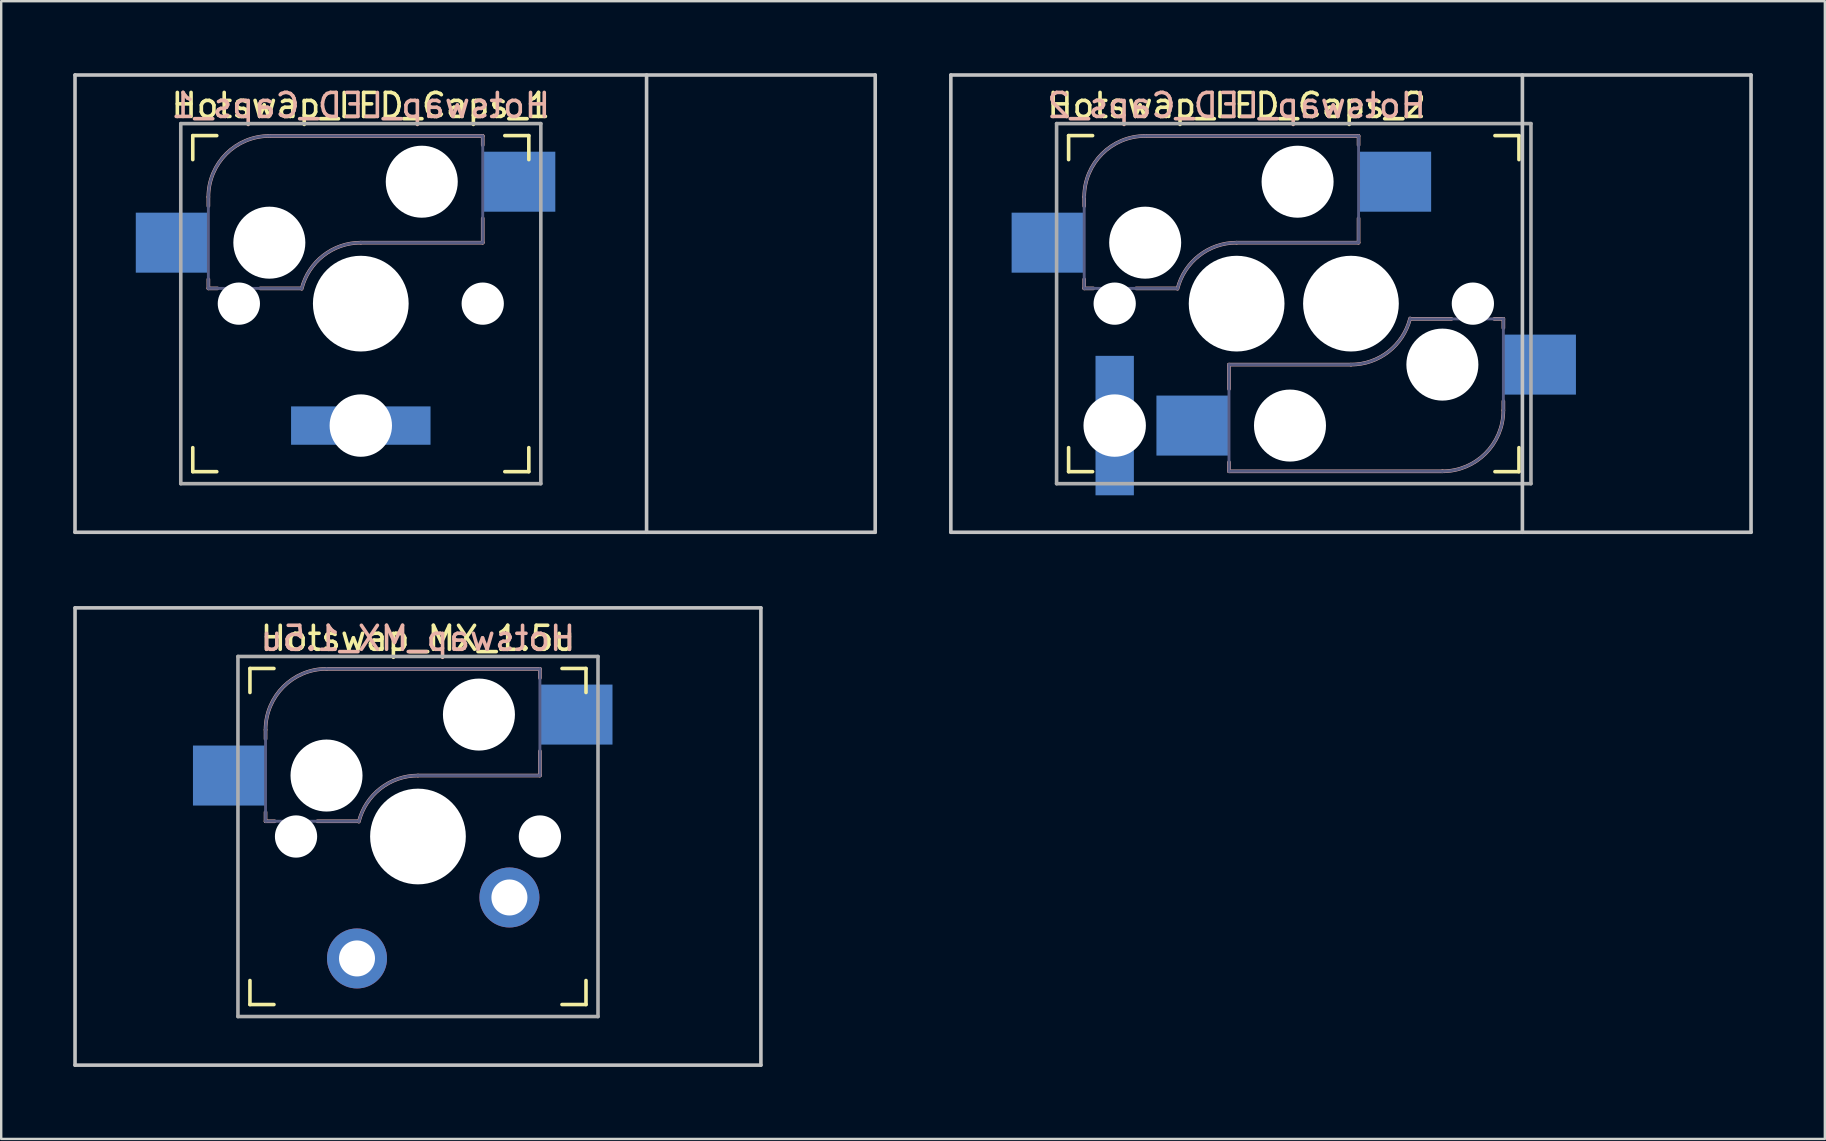
<source format=kicad_pcb>
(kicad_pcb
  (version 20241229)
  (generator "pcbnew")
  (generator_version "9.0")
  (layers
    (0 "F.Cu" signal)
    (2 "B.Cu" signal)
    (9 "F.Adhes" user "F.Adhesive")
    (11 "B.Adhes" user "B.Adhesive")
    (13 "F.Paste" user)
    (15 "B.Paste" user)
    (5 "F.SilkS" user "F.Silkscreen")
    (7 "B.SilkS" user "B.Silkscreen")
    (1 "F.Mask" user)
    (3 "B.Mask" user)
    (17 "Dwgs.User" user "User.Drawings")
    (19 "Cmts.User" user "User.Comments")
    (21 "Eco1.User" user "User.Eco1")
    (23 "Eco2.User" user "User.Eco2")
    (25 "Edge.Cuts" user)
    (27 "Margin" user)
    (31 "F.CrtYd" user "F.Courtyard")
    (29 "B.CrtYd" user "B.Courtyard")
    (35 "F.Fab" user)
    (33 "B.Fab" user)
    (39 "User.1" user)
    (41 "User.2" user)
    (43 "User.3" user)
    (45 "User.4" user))
  (footprint "Hotswap_LED_Caps_1"
    (layer "F.Cu")
    (at 11.981 9.6)
    (property "Reference" "Hotswap_LED_Caps_1" (at 0 -8.255 0) (layer "F.SilkS") (effects (font (size 1 1) (thickness 0.15))))
    (attr through_hole)
    (fp_line (start -7 -6) (end -7 -7) (stroke (width 0.15) (type solid)) (layer "F.SilkS"))
    (fp_line (start -7 7) (end -7 6) (stroke (width 0.15) (type solid)) (layer "F.SilkS"))
    (fp_line (start -7 7) (end -6 7) (stroke (width 0.15) (type solid)) (layer "F.SilkS"))
    (fp_line (start -6 -7) (end -7 -7) (stroke (width 0.15) (type solid)) (layer "F.SilkS"))
    (fp_line (start 6 7) (end 7 7) (stroke (width 0.15) (type solid)) (layer "F.SilkS"))
    (fp_line (start 7 -7) (end 6 -7) (stroke (width 0.15) (type solid)) (layer "F.SilkS"))
    (fp_line (start 7 -7) (end 7 -6) (stroke (width 0.15) (type solid)) (layer "F.SilkS"))
    (fp_line (start 7 6) (end 7 7) (stroke (width 0.15) (type solid)) (layer "F.SilkS"))
    (fp_line (start -6.35 -4.445) (end -6.35 -4.064) (stroke (width 0.15) (type solid)) (layer "B.SilkS"))
    (fp_line (start -6.35 -1.016) (end -6.35 -0.635) (stroke (width 0.15) (type solid)) (layer "B.SilkS"))
    (fp_line (start -6.35 -0.635) (end -5.969 -0.635) (stroke (width 0.15) (type solid)) (layer "B.SilkS"))
    (fp_line (start -4.191 -0.635) (end -2.54 -0.635) (stroke (width 0.15) (type solid)) (layer "B.SilkS"))
    (fp_line (start 0 -2.54) (end 5.08 -2.54) (stroke (width 0.15) (type solid)) (layer "B.SilkS"))
    (fp_line (start 5.08 -6.985) (end -3.81 -6.985) (stroke (width 0.15) (type solid)) (layer "B.SilkS"))
    (fp_line (start 5.08 -6.604) (end 5.08 -6.985) (stroke (width 0.15) (type solid)) (layer "B.SilkS"))
    (fp_line (start 5.08 -2.54) (end 5.08 -3.556) (stroke (width 0.15) (type solid)) (layer "B.SilkS"))
    (fp_arc (start -6.35 -4.445) (mid -5.606051 -6.241051) (end -3.81 -6.985) (stroke (width 0.15) (type solid)) (layer "B.SilkS"))
    (fp_arc (start -2.464162 -0.61604) (mid -1.563147 -2.002042) (end 0 -2.54) (stroke (width 0.15) (type solid)) (layer "B.SilkS"))
    (fp_line (start -11.906 -9.525) (end 21.431 -9.525) (stroke (width 0.15) (type solid)) (layer "Dwgs.User"))
    (fp_line (start -11.906 9.525) (end -11.906 -9.525) (stroke (width 0.15) (type solid)) (layer "Dwgs.User"))
    (fp_line (start -11.906 9.525) (end 21.431 9.525) (stroke (width 0.15) (type solid)) (layer "Dwgs.User"))
    (fp_line (start 11.906 -9.525) (end 11.906 9.525) (stroke (width 0.15) (type solid)) (layer "Dwgs.User"))
    (fp_line (start 21.431 -9.525) (end 21.431 9.525) (stroke (width 0.15) (type solid)) (layer "Dwgs.User"))
    (fp_line (start -6.9 6.9) (end -6.9 -6.9) (stroke (width 0.15) (type solid)) (layer "Eco2.User"))
    (fp_line (start -6.9 6.9) (end 6.9 6.9) (stroke (width 0.15) (type solid)) (layer "Eco2.User"))
    (fp_line (start 6.9 -6.9) (end -6.9 -6.9) (stroke (width 0.15) (type solid)) (layer "Eco2.User"))
    (fp_line (start 6.9 -6.9) (end 6.9 6.9) (stroke (width 0.15) (type solid)) (layer "Eco2.User"))
    (fp_line (start -6.35 -4.445) (end -6.35 -0.635) (stroke (width 0.12) (type solid)) (layer "B.Fab"))
    (fp_line (start -6.35 -0.635) (end -2.54 -0.635) (stroke (width 0.12) (type solid)) (layer "B.Fab"))
    (fp_line (start 0 -2.54) (end 5.08 -2.54) (stroke (width 0.12) (type solid)) (layer "B.Fab"))
    (fp_line (start 5.08 -6.985) (end -3.81 -6.985) (stroke (width 0.12) (type solid)) (layer "B.Fab"))
    (fp_line (start 5.08 -2.54) (end 5.08 -6.985) (stroke (width 0.12) (type solid)) (layer "B.Fab"))
    (fp_arc (start -6.35 -4.445) (mid -5.606051 -6.241051) (end -3.81 -6.985) (stroke (width 0.12) (type solid)) (layer "B.Fab"))
    (fp_arc (start -2.464162 -0.61604) (mid -1.563147 -2.002042) (end 0 -2.54) (stroke (width 0.12) (type solid)) (layer "B.Fab"))
    (fp_line (start -7.5 -7.5) (end 7.5 -7.5) (stroke (width 0.15) (type solid)) (layer "F.Fab"))
    (fp_line (start -7.5 7.5) (end -7.5 -7.5) (stroke (width 0.15) (type solid)) (layer "F.Fab"))
    (fp_line (start 7.5 -7.5) (end 7.5 7.5) (stroke (width 0.15) (type solid)) (layer "F.Fab"))
    (fp_line (start 7.5 7.5) (end -7.5 7.5) (stroke (width 0.15) (type solid)) (layer "F.Fab"))
    (fp_text user "${REFERENCE}" (at 0 -8.255 0) (layer "B.SilkS") (effects (font (size 1 1) (thickness 0.15)) (justify mirror)))
    (pad "" np_thru_hole circle (at -5.08 0 180) (size 1.76 1.76) (drill 1.76) (layers "*.Cu" "*.Mask"))
    (pad "" np_thru_hole circle (at -3.81 -2.54 180) (size 3 3) (drill 3) (layers "*.Cu" "*.Mask"))
    (pad "" np_thru_hole circle (at 0 0 180) (size 3.988 3.988) (drill 3.988) (layers "*.Cu" "*.Mask"))
    (pad "" np_thru_hole circle (at 0 5.08 180) (size 2.6 2.6) (drill 2.6) (layers "*.Cu" "*.Mask"))
    (pad "" np_thru_hole circle (at 2.54 -5.08 180) (size 3 3) (drill 3) (layers "*.Cu" "*.Mask"))
    (pad "" np_thru_hole circle (at 5.08 0 180) (size 1.76 1.76) (drill 1.76) (layers "*.Cu" "*.Mask"))
    (pad "1" smd rect (at -7.874 -2.54 180) (size 3 2.5) (layers "B.Cu" "B.Mask" "B.Paste"))
    (pad "2" smd rect (at 6.604 -5.08 180) (size 3 2.5) (layers "B.Cu" "B.Mask" "B.Paste"))
    (pad "A" smd rect (at -1.905 5.08 180) (size 2 1.598) (layers "B.Cu" "B.Mask" "B.Paste"))
    (pad "K" smd rect (at 1.905 5.08 180) (size 2 1.598) (layers "B.Cu" "B.Mask" "B.Paste")))
  (footprint "Hotswap_LED_Caps_2"
    (layer "F.Cu")
    (at 48.469 9.6)
    (property "Reference" "Hotswap_LED_Caps_2" (at 0 -8.255 0) (layer "F.SilkS") (effects (font (size 1 1) (thickness 0.15))))
    (attr through_hole)
    (fp_line (start -7 -6) (end -7 -7) (stroke (width 0.15) (type solid)) (layer "F.SilkS"))
    (fp_line (start -7 7) (end -7 6) (stroke (width 0.15) (type solid)) (layer "F.SilkS"))
    (fp_line (start -7 7) (end -6 7) (stroke (width 0.15) (type solid)) (layer "F.SilkS"))
    (fp_line (start -6 -7) (end -7 -7) (stroke (width 0.15) (type solid)) (layer "F.SilkS"))
    (fp_line (start 10.762 7) (end 11.762 7) (stroke (width 0.15) (type solid)) (layer "F.SilkS"))
    (fp_line (start 11.762 -7) (end 10.762 -7) (stroke (width 0.15) (type solid)) (layer "F.SilkS"))
    (fp_line (start 11.762 -7) (end 11.762 -6) (stroke (width 0.15) (type solid)) (layer "F.SilkS"))
    (fp_line (start 11.762 6) (end 11.762 7) (stroke (width 0.15) (type solid)) (layer "F.SilkS"))
    (fp_line (start -6.35 -4.445) (end -6.35 -4.064) (stroke (width 0.15) (type solid)) (layer "B.SilkS"))
    (fp_line (start -6.35 -1.016) (end -6.35 -0.635) (stroke (width 0.15) (type solid)) (layer "B.SilkS"))
    (fp_line (start -6.35 -0.635) (end -5.969 -0.635) (stroke (width 0.15) (type solid)) (layer "B.SilkS"))
    (fp_line (start -4.191 -0.635) (end -2.54 -0.635) (stroke (width 0.15) (type solid)) (layer "B.SilkS"))
    (fp_line (start -0.318 2.54) (end -0.318 3.556) (stroke (width 0.15) (type solid)) (layer "B.SilkS"))
    (fp_line (start -0.318 6.604) (end -0.318 6.985) (stroke (width 0.15) (type solid)) (layer "B.SilkS"))
    (fp_line (start -0.318 6.985) (end 8.572 6.985) (stroke (width 0.15) (type solid)) (layer "B.SilkS"))
    (fp_line (start 0 -2.54) (end 5.08 -2.54) (stroke (width 0.15) (type solid)) (layer "B.SilkS"))
    (fp_line (start 4.763 2.54) (end -0.318 2.54) (stroke (width 0.15) (type solid)) (layer "B.SilkS"))
    (fp_line (start 5.08 -6.985) (end -3.81 -6.985) (stroke (width 0.15) (type solid)) (layer "B.SilkS"))
    (fp_line (start 5.08 -6.604) (end 5.08 -6.985) (stroke (width 0.15) (type solid)) (layer "B.SilkS"))
    (fp_line (start 5.08 -2.54) (end 5.08 -3.556) (stroke (width 0.15) (type solid)) (layer "B.SilkS"))
    (fp_line (start 8.954 0.635) (end 7.303 0.635) (stroke (width 0.15) (type solid)) (layer "B.SilkS"))
    (fp_line (start 11.113 0.635) (end 10.732 0.635) (stroke (width 0.15) (type solid)) (layer "B.SilkS"))
    (fp_line (start 11.113 1.016) (end 11.113 0.635) (stroke (width 0.15) (type solid)) (layer "B.SilkS"))
    (fp_line (start 11.113 4.445) (end 11.113 4.064) (stroke (width 0.15) (type solid)) (layer "B.SilkS"))
    (fp_arc (start -6.35 -4.445) (mid -5.606051 -6.241051) (end -3.81 -6.985) (stroke (width 0.15) (type solid)) (layer "B.SilkS"))
    (fp_arc (start -2.464162 -0.61604) (mid -1.563147 -2.002042) (end 0 -2.54) (stroke (width 0.15) (type solid)) (layer "B.SilkS"))
    (fp_arc (start 7.226662 0.61604) (mid 6.325647 2.002042) (end 4.7625 2.54) (stroke (width 0.15) (type solid)) (layer "B.SilkS"))
    (fp_arc (start 11.1125 4.445) (mid 10.368551 6.241051) (end 8.5725 6.985) (stroke (width 0.15) (type solid)) (layer "B.SilkS"))
    (fp_line (start -11.906 9.525) (end -11.906 -9.525) (stroke (width 0.15) (type solid)) (layer "Dwgs.User"))
    (fp_line (start 11.906 -9.525) (end 11.906 9.525) (stroke (width 0.15) (type solid)) (layer "Dwgs.User"))
    (fp_line (start 21.431 -9.525) (end -11.906 -9.525) (stroke (width 0.15) (type solid)) (layer "Dwgs.User"))
    (fp_line (start 21.431 -9.525) (end 21.431 9.525) (stroke (width 0.15) (type solid)) (layer "Dwgs.User"))
    (fp_line (start 21.431 9.525) (end -11.906 9.525) (stroke (width 0.15) (type solid)) (layer "Dwgs.User"))
    (fp_line (start -6.9 6.9) (end -6.9 -6.9) (stroke (width 0.15) (type solid)) (layer "Eco2.User"))
    (fp_line (start -6.9 6.9) (end 6.9 6.9) (stroke (width 0.15) (type solid)) (layer "Eco2.User"))
    (fp_line (start -2.138 6.9) (end 11.662 6.9) (stroke (width 0.15) (type solid)) (layer "Eco2.User"))
    (fp_line (start 6.9 -6.9) (end -6.9 -6.9) (stroke (width 0.15) (type solid)) (layer "Eco2.User"))
    (fp_line (start 11.662 -6.9) (end -2.138 -6.9) (stroke (width 0.15) (type solid)) (layer "Eco2.User"))
    (fp_line (start 11.662 -6.9) (end 11.662 6.9) (stroke (width 0.15) (type solid)) (layer "Eco2.User"))
    (fp_line (start -6.35 -4.445) (end -6.35 -0.635) (stroke (width 0.12) (type solid)) (layer "B.Fab"))
    (fp_line (start -6.35 -0.635) (end -2.54 -0.635) (stroke (width 0.12) (type solid)) (layer "B.Fab"))
    (fp_line (start -0.318 2.54) (end -0.318 6.985) (stroke (width 0.12) (type solid)) (layer "B.Fab"))
    (fp_line (start -0.318 6.985) (end 8.572 6.985) (stroke (width 0.12) (type solid)) (layer "B.Fab"))
    (fp_line (start 0 -2.54) (end 5.08 -2.54) (stroke (width 0.12) (type solid)) (layer "B.Fab"))
    (fp_line (start 4.763 2.54) (end -0.318 2.54) (stroke (width 0.12) (type solid)) (layer "B.Fab"))
    (fp_line (start 5.08 -6.985) (end -3.81 -6.985) (stroke (width 0.12) (type solid)) (layer "B.Fab"))
    (fp_line (start 5.08 -2.54) (end 5.08 -6.985) (stroke (width 0.12) (type solid)) (layer "B.Fab"))
    (fp_line (start 11.113 0.635) (end 7.303 0.635) (stroke (width 0.12) (type solid)) (layer "B.Fab"))
    (fp_line (start 11.113 4.445) (end 11.113 0.635) (stroke (width 0.12) (type solid)) (layer "B.Fab"))
    (fp_arc (start -6.35 -4.445) (mid -5.606051 -6.241051) (end -3.81 -6.985) (stroke (width 0.12) (type solid)) (layer "B.Fab"))
    (fp_arc (start -2.464162 -0.61604) (mid -1.563147 -2.002042) (end 0 -2.54) (stroke (width 0.12) (type solid)) (layer "B.Fab"))
    (fp_arc (start 7.226662 0.61604) (mid 6.325647 2.002042) (end 4.7625 2.54) (stroke (width 0.12) (type solid)) (layer "B.Fab"))
    (fp_arc (start 11.1125 4.445) (mid 10.368551 6.241051) (end 8.5725 6.985) (stroke (width 0.12) (type solid)) (layer "B.Fab"))
    (fp_line (start -7.5 -7.5) (end 12.262 -7.5) (stroke (width 0.15) (type solid)) (layer "F.Fab"))
    (fp_line (start -7.5 7.5) (end -7.5 -7.5) (stroke (width 0.15) (type solid)) (layer "F.Fab"))
    (fp_line (start 12.262 -7.5) (end 12.262 7.5) (stroke (width 0.15) (type solid)) (layer "F.Fab"))
    (fp_line (start 12.262 7.5) (end -7.5 7.5) (stroke (width 0.15) (type solid)) (layer "F.Fab"))
    (fp_text user "${REFERENCE}" (at 0 -8.255 0) (layer "B.SilkS") (effects (font (size 1 1) (thickness 0.15)) (justify mirror)))
    (pad "" np_thru_hole circle (at -5.08 0 180) (size 1.76 1.76) (drill 1.76) (layers "*.Cu" "*.Mask"))
    (pad "" np_thru_hole circle (at -5.08 5.08 90) (size 2.6 2.6) (drill 2.6) (layers "*.Cu" "*.Mask"))
    (pad "" np_thru_hole circle (at -3.81 -2.54 180) (size 3 3) (drill 3) (layers "*.Cu" "*.Mask"))
    (pad "" np_thru_hole circle (at 0 0 180) (size 3.988 3.988) (drill 3.988) (layers "*.Cu" "*.Mask"))
    (pad "" np_thru_hole circle (at 2.223 5.08) (size 3 3) (drill 3) (layers "*.Cu" "*.Mask"))
    (pad "" np_thru_hole circle (at 2.54 -5.08 180) (size 3 3) (drill 3) (layers "*.Cu" "*.Mask"))
    (pad "" np_thru_hole circle (at 4.763 0) (size 3.988 3.988) (drill 3.988) (layers "*.Cu" "*.Mask"))
    (pad "" np_thru_hole circle (at 8.572 2.54) (size 3 3) (drill 3) (layers "*.Cu" "*.Mask"))
    (pad "" np_thru_hole circle (at 9.842 0) (size 1.76 1.76) (drill 1.76) (layers "*.Cu" "*.Mask"))
    (pad "1" smd rect (at -7.874 -2.54 180) (size 3 2.5) (layers "B.Cu" "B.Mask"))
    (pad "1" smd rect (at -1.841 5.08) (size 3 2.5) (layers "B.Cu" "B.Mask"))
    (pad "2" smd rect (at 6.604 -5.08 180) (size 3 2.5) (layers "B.Cu" "B.Mask"))
    (pad "2" smd rect (at 12.636 2.54) (size 3 2.5) (layers "B.Cu" "B.Mask"))
    (pad "A" smd rect (at -5.08 3.175 90) (size 2 1.598) (layers "B.Cu" "B.Mask"))
    (pad "K" smd rect (at -5.08 6.985 90) (size 2 1.598) (layers "B.Cu" "B.Mask")))
  (footprint "Hotswap_MX_1.5u"
    (layer "F.Cu")
    (at 14.363 31.8)
    (property "Reference" "Hotswap_MX_1.5u" (at 0 -8.255 0) (layer "F.SilkS") (effects (font (size 1 1) (thickness 0.15))))
    (attr through_hole)
    (fp_line (start -7 -6) (end -7 -7) (stroke (width 0.15) (type solid)) (layer "F.SilkS"))
    (fp_line (start -7 7) (end -7 6) (stroke (width 0.15) (type solid)) (layer "F.SilkS"))
    (fp_line (start -7 7) (end -6 7) (stroke (width 0.15) (type solid)) (layer "F.SilkS"))
    (fp_line (start -6 -7) (end -7 -7) (stroke (width 0.15) (type solid)) (layer "F.SilkS"))
    (fp_line (start 6 7) (end 7 7) (stroke (width 0.15) (type solid)) (layer "F.SilkS"))
    (fp_line (start 7 -7) (end 6 -7) (stroke (width 0.15) (type solid)) (layer "F.SilkS"))
    (fp_line (start 7 -7) (end 7 -6) (stroke (width 0.15) (type solid)) (layer "F.SilkS"))
    (fp_line (start 7 6) (end 7 7) (stroke (width 0.15) (type solid)) (layer "F.SilkS"))
    (fp_line (start -6.35 -4.445) (end -6.35 -4.064) (stroke (width 0.15) (type solid)) (layer "B.SilkS"))
    (fp_line (start -6.35 -1.016) (end -6.35 -0.635) (stroke (width 0.15) (type solid)) (layer "B.SilkS"))
    (fp_line (start -6.35 -0.635) (end -5.969 -0.635) (stroke (width 0.15) (type solid)) (layer "B.SilkS"))
    (fp_line (start -4.191 -0.635) (end -2.54 -0.635) (stroke (width 0.15) (type solid)) (layer "B.SilkS"))
    (fp_line (start 0 -2.54) (end 5.08 -2.54) (stroke (width 0.15) (type solid)) (layer "B.SilkS"))
    (fp_line (start 5.08 -6.985) (end -3.81 -6.985) (stroke (width 0.15) (type solid)) (layer "B.SilkS"))
    (fp_line (start 5.08 -6.604) (end 5.08 -6.985) (stroke (width 0.15) (type solid)) (layer "B.SilkS"))
    (fp_line (start 5.08 -2.54) (end 5.08 -3.556) (stroke (width 0.15) (type solid)) (layer "B.SilkS"))
    (fp_arc (start -6.35 -4.445) (mid -5.606051 -6.241051) (end -3.81 -6.985) (stroke (width 0.15) (type solid)) (layer "B.SilkS"))
    (fp_arc (start -2.464162 -0.61604) (mid -1.563147 -2.002042) (end 0 -2.54) (stroke (width 0.15) (type solid)) (layer "B.SilkS"))
    (fp_line (start -14.287 -9.525) (end 14.287 -9.525) (stroke (width 0.15) (type solid)) (layer "Dwgs.User"))
    (fp_line (start -14.287 9.525) (end -14.287 -9.525) (stroke (width 0.15) (type solid)) (layer "Dwgs.User"))
    (fp_line (start -14.287 9.525) (end 14.287 9.525) (stroke (width 0.15) (type solid)) (layer "Dwgs.User"))
    (fp_line (start 14.287 -9.525) (end 14.287 9.525) (stroke (width 0.15) (type solid)) (layer "Dwgs.User"))
    (fp_line (start -6.9 6.9) (end -6.9 -6.9) (stroke (width 0.15) (type solid)) (layer "Eco2.User"))
    (fp_line (start -6.9 6.9) (end 6.9 6.9) (stroke (width 0.15) (type solid)) (layer "Eco2.User"))
    (fp_line (start 6.9 -6.9) (end -6.9 -6.9) (stroke (width 0.15) (type solid)) (layer "Eco2.User"))
    (fp_line (start 6.9 -6.9) (end 6.9 6.9) (stroke (width 0.15) (type solid)) (layer "Eco2.User"))
    (fp_line (start -6.35 -4.445) (end -6.35 -0.635) (stroke (width 0.12) (type solid)) (layer "B.Fab"))
    (fp_line (start -6.35 -0.635) (end -2.54 -0.635) (stroke (width 0.12) (type solid)) (layer "B.Fab"))
    (fp_line (start 0 -2.54) (end 5.08 -2.54) (stroke (width 0.12) (type solid)) (layer "B.Fab"))
    (fp_line (start 5.08 -6.985) (end -3.81 -6.985) (stroke (width 0.12) (type solid)) (layer "B.Fab"))
    (fp_line (start 5.08 -2.54) (end 5.08 -6.985) (stroke (width 0.12) (type solid)) (layer "B.Fab"))
    (fp_arc (start -6.35 -4.445) (mid -5.606051 -6.241051) (end -3.81 -6.985) (stroke (width 0.12) (type solid)) (layer "B.Fab"))
    (fp_arc (start -2.464162 -0.61604) (mid -1.563147 -2.002042) (end 0 -2.54) (stroke (width 0.12) (type solid)) (layer "B.Fab"))
    (fp_line (start -7.5 -7.5) (end 7.5 -7.5) (stroke (width 0.15) (type solid)) (layer "F.Fab"))
    (fp_line (start -7.5 7.5) (end -7.5 -7.5) (stroke (width 0.15) (type solid)) (layer "F.Fab"))
    (fp_line (start 7.5 -7.5) (end 7.5 7.5) (stroke (width 0.15) (type solid)) (layer "F.Fab"))
    (fp_line (start 7.5 7.5) (end -7.5 7.5) (stroke (width 0.15) (type solid)) (layer "F.Fab"))
    (fp_text user "${REFERENCE}" (at 0 -8.255 0) (layer "B.SilkS") (effects (font (size 1 1) (thickness 0.15)) (justify mirror)))
    (pad "" np_thru_hole circle (at -5.08 0 180) (size 1.76 1.76) (drill 1.76) (layers "*.Cu" "*.Mask"))
    (pad "" np_thru_hole circle (at -3.81 -2.54 180) (size 3 3) (drill 3) (layers "*.Cu" "*.Mask"))
    (pad "" np_thru_hole circle (at 0 0 180) (size 3.988 3.988) (drill 3.988) (layers "*.Cu" "*.Mask"))
    (pad "" np_thru_hole circle (at 2.54 -5.08 180) (size 3 3) (drill 3) (layers "*.Cu" "*.Mask"))
    (pad "" np_thru_hole circle (at 5.08 0 180) (size 1.76 1.76) (drill 1.76) (layers "*.Cu" "*.Mask"))
    (pad "1" smd rect (at -7.874 -2.54 180) (size 3 2.5) (layers "B.Cu" "B.Mask" "B.Paste"))
    (pad "1" thru_hole circle (at 3.81 2.54 180) (size 2.5 2.5) (drill 1.5) (layers "*.Cu" "B.Mask"))
    (pad "2" thru_hole circle (at -2.54 5.08 180) (size 2.5 2.5) (drill 1.5) (layers "*.Cu" "B.Mask"))
    (pad "2" smd rect (at 6.604 -5.08 180) (size 3 2.5) (layers "B.Cu" "B.Mask" "B.Paste")))
  (gr_rect
    (start -3 -3)
    (end 72.975 44.4)
    (stroke (width 0.1) (type default))
    (fill no)
    (layer "Edge.Cuts")))
</source>
